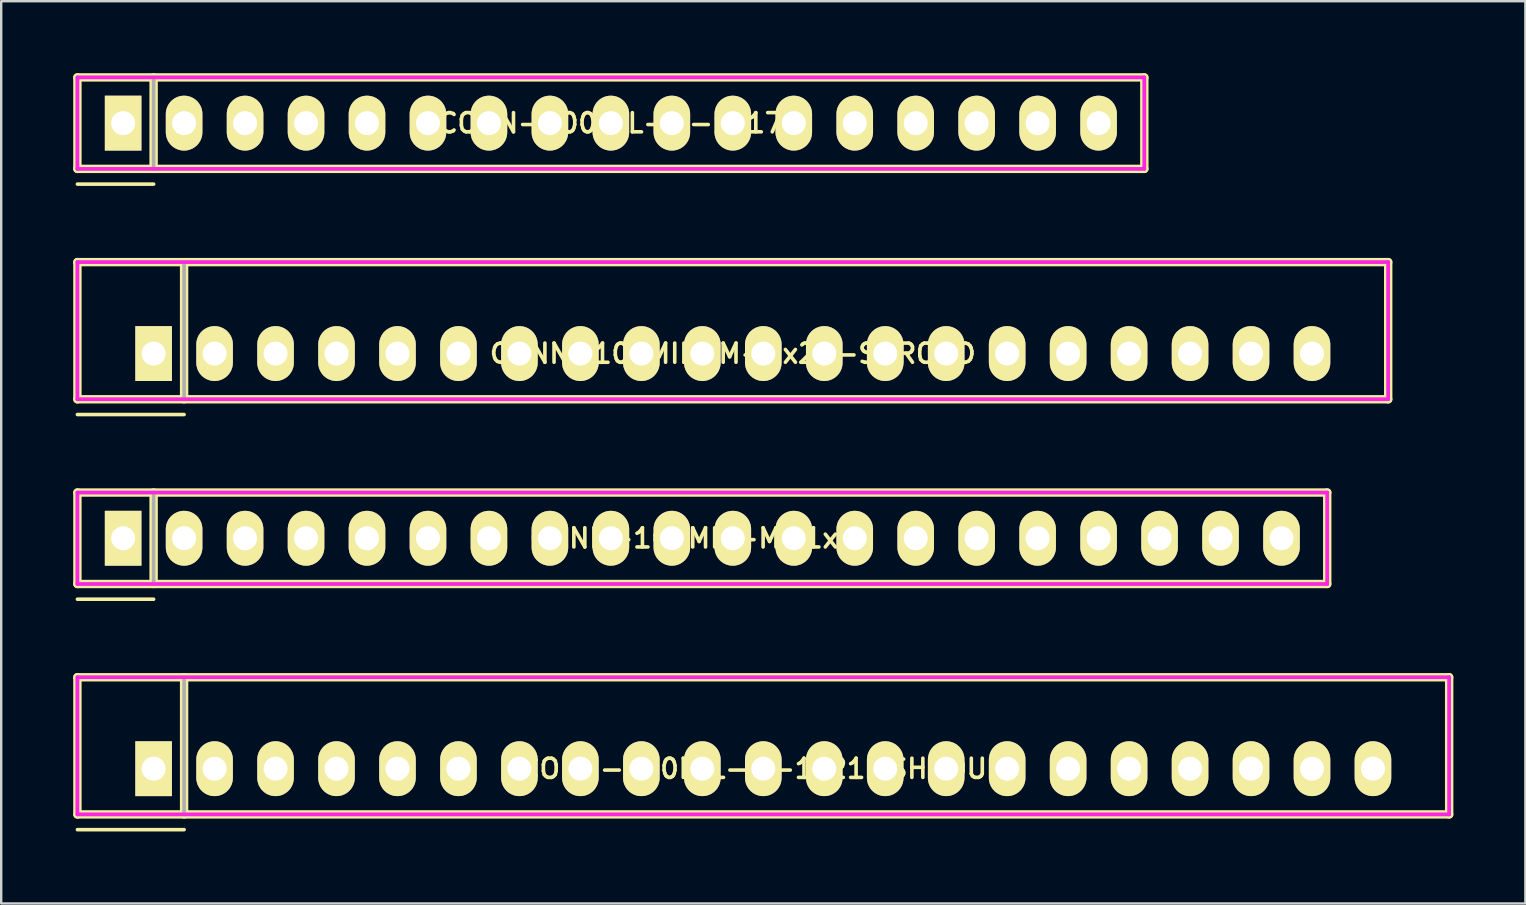
<source format=kicad_pcb>
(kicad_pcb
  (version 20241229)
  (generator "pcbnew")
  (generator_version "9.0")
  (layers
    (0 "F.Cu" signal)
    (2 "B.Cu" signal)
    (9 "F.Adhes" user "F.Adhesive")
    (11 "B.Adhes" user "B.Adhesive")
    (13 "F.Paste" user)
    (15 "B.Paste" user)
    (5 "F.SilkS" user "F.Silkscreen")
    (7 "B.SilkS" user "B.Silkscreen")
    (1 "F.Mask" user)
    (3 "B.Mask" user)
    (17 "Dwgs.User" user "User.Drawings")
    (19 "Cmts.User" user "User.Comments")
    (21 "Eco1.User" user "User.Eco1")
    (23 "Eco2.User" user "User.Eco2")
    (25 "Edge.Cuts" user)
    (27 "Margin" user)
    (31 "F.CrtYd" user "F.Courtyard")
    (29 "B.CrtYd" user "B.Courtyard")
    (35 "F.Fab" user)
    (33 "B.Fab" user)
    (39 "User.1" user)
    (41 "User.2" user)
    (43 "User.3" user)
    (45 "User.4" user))
  (footprint "CONN-100MIL-M-1x17"
    (layer "F.Cu")
    (at 22.4 2.08)
    (property "Reference" "CONN-100MIL-M-1x17" (at 0 0 0) (layer "F.SilkS") (effects (font (size 0.8 0.8) (thickness 0.15))))
    (attr through_hole)
    (fp_line (start -22.225 -1.905) (end 22.225 -1.905) (stroke (width 0.35) (type solid)) (layer "F.SilkS"))
    (fp_line (start -22.225 1.905) (end -22.225 -1.905) (stroke (width 0.35) (type solid)) (layer "F.SilkS"))
    (fp_line (start -22.225 2.54) (end -19.05 2.54) (stroke (width 0.15) (type solid)) (layer "F.SilkS"))
    (fp_line (start -19.05 -1.905) (end -19.05 1.905) (stroke (width 0.35) (type solid)) (layer "F.SilkS"))
    (fp_line (start 22.225 -1.905) (end 22.225 1.905) (stroke (width 0.35) (type solid)) (layer "F.SilkS"))
    (fp_line (start 22.225 1.905) (end -22.225 1.905) (stroke (width 0.35) (type solid)) (layer "F.SilkS"))
    (fp_line (start -22.225 -1.905) (end 22.225 -1.905) (stroke (width 0.15) (type solid)) (layer "F.CrtYd"))
    (fp_line (start -22.225 1.905) (end -22.225 -1.905) (stroke (width 0.15) (type solid)) (layer "F.CrtYd"))
    (fp_line (start 22.225 -1.905) (end 22.225 1.905) (stroke (width 0.15) (type solid)) (layer "F.CrtYd"))
    (fp_line (start 22.225 1.905) (end -22.225 1.905) (stroke (width 0.15) (type solid)) (layer "F.CrtYd"))
    (fp_line (start -22.225 -1.905) (end 22.225 -1.905) (stroke (width 0.15) (type solid)) (layer "F.Fab"))
    (fp_line (start -22.225 1.905) (end -22.225 -1.905) (stroke (width 0.15) (type solid)) (layer "F.Fab"))
    (fp_line (start -19.05 -1.905) (end -19.05 1.905) (stroke (width 0.15) (type solid)) (layer "F.Fab"))
    (fp_line (start 22.225 -1.905) (end 22.225 1.905) (stroke (width 0.15) (type solid)) (layer "F.Fab"))
    (fp_line (start 22.225 1.905) (end -22.225 1.905) (stroke (width 0.15) (type solid)) (layer "F.Fab"))
    (pad "1" thru_hole rect (at -20.32 0) (size 1.524 2.286) (drill 1) (layers "*.Cu" "*.Mask" "F.SilkS"))
    (pad "2" thru_hole oval (at -17.78 0) (size 1.524 2.286) (drill 1) (layers "*.Cu" "*.Mask" "F.SilkS"))
    (pad "3" thru_hole oval (at -15.24 0) (size 1.524 2.286) (drill 1) (layers "*.Cu" "*.Mask" "F.SilkS"))
    (pad "4" thru_hole oval (at -12.7 0) (size 1.524 2.286) (drill 1) (layers "*.Cu" "*.Mask" "F.SilkS"))
    (pad "5" thru_hole oval (at -10.16 0) (size 1.524 2.286) (drill 1) (layers "*.Cu" "*.Mask" "F.SilkS"))
    (pad "6" thru_hole oval (at -7.62 0) (size 1.524 2.286) (drill 1) (layers "*.Cu" "*.Mask" "F.SilkS"))
    (pad "7" thru_hole oval (at -5.08 0) (size 1.524 2.286) (drill 1) (layers "*.Cu" "*.Mask" "F.SilkS"))
    (pad "8" thru_hole oval (at -2.54 0) (size 1.524 2.286) (drill 1) (layers "*.Cu" "*.Mask" "F.SilkS"))
    (pad "9" thru_hole oval (at 0 0) (size 1.524 2.286) (drill 1) (layers "*.Cu" "*.Mask" "F.SilkS"))
    (pad "10" thru_hole oval (at 2.54 0) (size 1.524 2.286) (drill 1) (layers "*.Cu" "*.Mask" "F.SilkS"))
    (pad "11" thru_hole oval (at 5.08 0) (size 1.524 2.286) (drill 1) (layers "*.Cu" "*.Mask" "F.SilkS"))
    (pad "12" thru_hole oval (at 7.62 0) (size 1.524 2.286) (drill 1) (layers "*.Cu" "*.Mask" "F.SilkS"))
    (pad "13" thru_hole oval (at 10.16 0) (size 1.524 2.286) (drill 1) (layers "*.Cu" "*.Mask" "F.SilkS"))
    (pad "14" thru_hole oval (at 12.7 0) (size 1.524 2.286) (drill 1) (layers "*.Cu" "*.Mask" "F.SilkS"))
    (pad "15" thru_hole oval (at 15.24 0) (size 1.524 2.286) (drill 1) (layers "*.Cu" "*.Mask" "F.SilkS"))
    (pad "16" thru_hole oval (at 17.78 0) (size 1.524 2.286) (drill 1) (layers "*.Cu" "*.Mask" "F.SilkS"))
    (pad "17" thru_hole oval (at 20.32 0) (size 1.524 2.286) (drill 1) (layers "*.Cu" "*.Mask" "F.SilkS")))
  (footprint "CONN-100MIL-M-1x21-SHROUD"
    (layer "F.Cu")
    (at 28.75 28.975)
    (property "Reference" "CONN-100MIL-M-1x21-SHROUD" (at 0 0 0) (layer "F.SilkS") (effects (font (size 0.8 0.8) (thickness 0.15))))
    (attr through_hole)
    (fp_line (start -28.575 -3.81) (end 28.575 -3.81) (stroke (width 0.35) (type solid)) (layer "F.SilkS"))
    (fp_line (start -28.575 1.905) (end -28.575 -3.81) (stroke (width 0.35) (type solid)) (layer "F.SilkS"))
    (fp_line (start -28.575 2.54) (end -24.13 2.54) (stroke (width 0.15) (type solid)) (layer "F.SilkS"))
    (fp_line (start -24.13 -3.81) (end -24.13 1.905) (stroke (width 0.35) (type solid)) (layer "F.SilkS"))
    (fp_line (start 28.575 -3.81) (end 28.575 1.905) (stroke (width 0.35) (type solid)) (layer "F.SilkS"))
    (fp_line (start 28.575 1.905) (end -28.575 1.905) (stroke (width 0.35) (type solid)) (layer "F.SilkS"))
    (fp_line (start -28.575 -3.81) (end 28.575 -3.81) (stroke (width 0.15) (type solid)) (layer "F.CrtYd"))
    (fp_line (start -28.575 1.905) (end -28.575 -3.81) (stroke (width 0.15) (type solid)) (layer "F.CrtYd"))
    (fp_line (start 28.575 -3.81) (end 28.575 1.905) (stroke (width 0.15) (type solid)) (layer "F.CrtYd"))
    (fp_line (start 28.575 1.905) (end -28.575 1.905) (stroke (width 0.15) (type solid)) (layer "F.CrtYd"))
    (fp_line (start -28.575 -3.81) (end 28.575 -3.81) (stroke (width 0.15) (type solid)) (layer "F.Fab"))
    (fp_line (start -28.575 1.905) (end -28.575 -3.81) (stroke (width 0.15) (type solid)) (layer "F.Fab"))
    (fp_line (start -24.13 -3.81) (end -24.13 1.905) (stroke (width 0.15) (type solid)) (layer "F.Fab"))
    (fp_line (start 28.575 -3.81) (end 28.575 1.905) (stroke (width 0.15) (type solid)) (layer "F.Fab"))
    (fp_line (start 28.575 1.905) (end -28.575 1.905) (stroke (width 0.15) (type solid)) (layer "F.Fab"))
    (pad "1" thru_hole rect (at -25.4 0) (size 1.524 2.286) (drill 1) (layers "*.Cu" "*.Mask" "F.SilkS"))
    (pad "2" thru_hole oval (at -22.86 0) (size 1.524 2.286) (drill 1) (layers "*.Cu" "*.Mask" "F.SilkS"))
    (pad "3" thru_hole oval (at -20.32 0) (size 1.524 2.286) (drill 1) (layers "*.Cu" "*.Mask" "F.SilkS"))
    (pad "4" thru_hole oval (at -17.78 0) (size 1.524 2.286) (drill 1) (layers "*.Cu" "*.Mask" "F.SilkS"))
    (pad "5" thru_hole oval (at -15.24 0) (size 1.524 2.286) (drill 1) (layers "*.Cu" "*.Mask" "F.SilkS"))
    (pad "6" thru_hole oval (at -12.7 0) (size 1.524 2.286) (drill 1) (layers "*.Cu" "*.Mask" "F.SilkS"))
    (pad "7" thru_hole oval (at -10.16 0) (size 1.524 2.286) (drill 1) (layers "*.Cu" "*.Mask" "F.SilkS"))
    (pad "8" thru_hole oval (at -7.62 0) (size 1.524 2.286) (drill 1) (layers "*.Cu" "*.Mask" "F.SilkS"))
    (pad "9" thru_hole oval (at -5.08 0) (size 1.524 2.286) (drill 1) (layers "*.Cu" "*.Mask" "F.SilkS"))
    (pad "10" thru_hole oval (at -2.54 0) (size 1.524 2.286) (drill 1) (layers "*.Cu" "*.Mask" "F.SilkS"))
    (pad "11" thru_hole oval (at 0 0) (size 1.524 2.286) (drill 1) (layers "*.Cu" "*.Mask" "F.SilkS"))
    (pad "12" thru_hole oval (at 2.54 0) (size 1.524 2.286) (drill 1) (layers "*.Cu" "*.Mask" "F.SilkS"))
    (pad "13" thru_hole oval (at 5.08 0) (size 1.524 2.286) (drill 1) (layers "*.Cu" "*.Mask" "F.SilkS"))
    (pad "14" thru_hole oval (at 7.62 0) (size 1.524 2.286) (drill 1) (layers "*.Cu" "*.Mask" "F.SilkS"))
    (pad "15" thru_hole oval (at 10.16 0) (size 1.524 2.286) (drill 1) (layers "*.Cu" "*.Mask" "F.SilkS"))
    (pad "16" thru_hole oval (at 12.7 0) (size 1.524 2.286) (drill 1) (layers "*.Cu" "*.Mask" "F.SilkS"))
    (pad "17" thru_hole oval (at 15.24 0) (size 1.524 2.286) (drill 1) (layers "*.Cu" "*.Mask" "F.SilkS"))
    (pad "18" thru_hole oval (at 17.78 0) (size 1.524 2.286) (drill 1) (layers "*.Cu" "*.Mask" "F.SilkS"))
    (pad "19" thru_hole oval (at 20.32 0) (size 1.524 2.286) (drill 1) (layers "*.Cu" "*.Mask" "F.SilkS"))
    (pad "20" thru_hole oval (at 22.86 0) (size 1.524 2.286) (drill 1) (layers "*.Cu" "*.Mask" "F.SilkS"))
    (pad "21" thru_hole oval (at 25.4 0) (size 1.524 2.286) (drill 1) (layers "*.Cu" "*.Mask" "F.SilkS")))
  (footprint "CONN-100MIL-M-1x20-SHROUD"
    (layer "F.Cu")
    (at 27.48 11.68)
    (property "Reference" "CONN-100MIL-M-1x20-SHROUD" (at 0 0 0) (layer "F.SilkS") (effects (font (size 0.8 0.8) (thickness 0.15))))
    (attr through_hole)
    (fp_line (start -27.305 -3.81) (end 27.305 -3.81) (stroke (width 0.35) (type solid)) (layer "F.SilkS"))
    (fp_line (start -27.305 1.905) (end -27.305 -3.81) (stroke (width 0.35) (type solid)) (layer "F.SilkS"))
    (fp_line (start -27.305 2.54) (end -22.86 2.54) (stroke (width 0.15) (type solid)) (layer "F.SilkS"))
    (fp_line (start -22.86 -3.81) (end -22.86 1.905) (stroke (width 0.35) (type solid)) (layer "F.SilkS"))
    (fp_line (start 27.305 -3.81) (end 27.305 1.905) (stroke (width 0.35) (type solid)) (layer "F.SilkS"))
    (fp_line (start 27.305 1.905) (end -27.305 1.905) (stroke (width 0.35) (type solid)) (layer "F.SilkS"))
    (fp_line (start -27.305 -3.81) (end 27.305 -3.81) (stroke (width 0.15) (type solid)) (layer "F.CrtYd"))
    (fp_line (start -27.305 1.905) (end -27.305 -3.81) (stroke (width 0.15) (type solid)) (layer "F.CrtYd"))
    (fp_line (start 27.305 -3.81) (end 27.305 1.905) (stroke (width 0.15) (type solid)) (layer "F.CrtYd"))
    (fp_line (start 27.305 1.905) (end -27.305 1.905) (stroke (width 0.15) (type solid)) (layer "F.CrtYd"))
    (fp_line (start -27.305 -3.81) (end 27.305 -3.81) (stroke (width 0.15) (type solid)) (layer "F.Fab"))
    (fp_line (start -27.305 1.905) (end -27.305 -3.81) (stroke (width 0.15) (type solid)) (layer "F.Fab"))
    (fp_line (start -22.86 -3.81) (end -22.86 1.905) (stroke (width 0.15) (type solid)) (layer "F.Fab"))
    (fp_line (start 27.305 -3.81) (end 27.305 1.905) (stroke (width 0.15) (type solid)) (layer "F.Fab"))
    (fp_line (start 27.305 1.905) (end -27.305 1.905) (stroke (width 0.15) (type solid)) (layer "F.Fab"))
    (pad "1" thru_hole rect (at -24.13 0) (size 1.524 2.286) (drill 1) (layers "*.Cu" "*.Mask" "F.SilkS"))
    (pad "2" thru_hole oval (at -21.59 0) (size 1.524 2.286) (drill 1) (layers "*.Cu" "*.Mask" "F.SilkS"))
    (pad "3" thru_hole oval (at -19.05 0) (size 1.524 2.286) (drill 1) (layers "*.Cu" "*.Mask" "F.SilkS"))
    (pad "4" thru_hole oval (at -16.51 0) (size 1.524 2.286) (drill 1) (layers "*.Cu" "*.Mask" "F.SilkS"))
    (pad "5" thru_hole oval (at -13.97 0) (size 1.524 2.286) (drill 1) (layers "*.Cu" "*.Mask" "F.SilkS"))
    (pad "6" thru_hole oval (at -11.43 0) (size 1.524 2.286) (drill 1) (layers "*.Cu" "*.Mask" "F.SilkS"))
    (pad "7" thru_hole oval (at -8.89 0) (size 1.524 2.286) (drill 1) (layers "*.Cu" "*.Mask" "F.SilkS"))
    (pad "8" thru_hole oval (at -6.35 0) (size 1.524 2.286) (drill 1) (layers "*.Cu" "*.Mask" "F.SilkS"))
    (pad "9" thru_hole oval (at -3.81 0) (size 1.524 2.286) (drill 1) (layers "*.Cu" "*.Mask" "F.SilkS"))
    (pad "10" thru_hole oval (at -1.27 0) (size 1.524 2.286) (drill 1) (layers "*.Cu" "*.Mask" "F.SilkS"))
    (pad "11" thru_hole oval (at 1.27 0) (size 1.524 2.286) (drill 1) (layers "*.Cu" "*.Mask" "F.SilkS"))
    (pad "12" thru_hole oval (at 3.81 0) (size 1.524 2.286) (drill 1) (layers "*.Cu" "*.Mask" "F.SilkS"))
    (pad "13" thru_hole oval (at 6.35 0) (size 1.524 2.286) (drill 1) (layers "*.Cu" "*.Mask" "F.SilkS"))
    (pad "14" thru_hole oval (at 8.89 0) (size 1.524 2.286) (drill 1) (layers "*.Cu" "*.Mask" "F.SilkS"))
    (pad "15" thru_hole oval (at 11.43 0) (size 1.524 2.286) (drill 1) (layers "*.Cu" "*.Mask" "F.SilkS"))
    (pad "16" thru_hole oval (at 13.97 0) (size 1.524 2.286) (drill 1) (layers "*.Cu" "*.Mask" "F.SilkS"))
    (pad "17" thru_hole oval (at 16.51 0) (size 1.524 2.286) (drill 1) (layers "*.Cu" "*.Mask" "F.SilkS"))
    (pad "18" thru_hole oval (at 19.05 0) (size 1.524 2.286) (drill 1) (layers "*.Cu" "*.Mask" "F.SilkS"))
    (pad "19" thru_hole oval (at 21.59 0) (size 1.524 2.286) (drill 1) (layers "*.Cu" "*.Mask" "F.SilkS"))
    (pad "20" thru_hole oval (at 24.13 0) (size 1.524 2.286) (drill 1) (layers "*.Cu" "*.Mask" "F.SilkS")))
  (footprint "CONN-100MIL-M-1x20"
    (layer "F.Cu")
    (at 26.21 19.375)
    (property "Reference" "CONN-100MIL-M-1x20" (at 0 0 0) (layer "F.SilkS") (effects (font (size 0.8 0.8) (thickness 0.15))))
    (attr through_hole)
    (fp_line (start -26.035 -1.905) (end 26.035 -1.905) (stroke (width 0.35) (type solid)) (layer "F.SilkS"))
    (fp_line (start -26.035 1.905) (end -26.035 -1.905) (stroke (width 0.35) (type solid)) (layer "F.SilkS"))
    (fp_line (start -26.035 2.54) (end -22.86 2.54) (stroke (width 0.15) (type solid)) (layer "F.SilkS"))
    (fp_line (start -22.86 -1.905) (end -22.86 1.905) (stroke (width 0.35) (type solid)) (layer "F.SilkS"))
    (fp_line (start 26.035 -1.905) (end 26.035 1.905) (stroke (width 0.35) (type solid)) (layer "F.SilkS"))
    (fp_line (start 26.035 1.905) (end -26.035 1.905) (stroke (width 0.35) (type solid)) (layer "F.SilkS"))
    (fp_line (start -26.035 -1.905) (end 26.035 -1.905) (stroke (width 0.15) (type solid)) (layer "F.CrtYd"))
    (fp_line (start -26.035 1.905) (end -26.035 -1.905) (stroke (width 0.15) (type solid)) (layer "F.CrtYd"))
    (fp_line (start 26.035 -1.905) (end 26.035 1.905) (stroke (width 0.15) (type solid)) (layer "F.CrtYd"))
    (fp_line (start 26.035 1.905) (end -26.035 1.905) (stroke (width 0.15) (type solid)) (layer "F.CrtYd"))
    (fp_line (start -26.035 -1.905) (end 26.035 -1.905) (stroke (width 0.15) (type solid)) (layer "F.Fab"))
    (fp_line (start -26.035 1.905) (end -26.035 -1.905) (stroke (width 0.15) (type solid)) (layer "F.Fab"))
    (fp_line (start -22.86 -1.905) (end -22.86 1.905) (stroke (width 0.15) (type solid)) (layer "F.Fab"))
    (fp_line (start 26.035 -1.905) (end 26.035 1.905) (stroke (width 0.15) (type solid)) (layer "F.Fab"))
    (fp_line (start 26.035 1.905) (end -26.035 1.905) (stroke (width 0.15) (type solid)) (layer "F.Fab"))
    (pad "1" thru_hole rect (at -24.13 0) (size 1.524 2.286) (drill 1) (layers "*.Cu" "*.Mask" "F.SilkS"))
    (pad "2" thru_hole oval (at -21.59 0) (size 1.524 2.286) (drill 1) (layers "*.Cu" "*.Mask" "F.SilkS"))
    (pad "3" thru_hole oval (at -19.05 0) (size 1.524 2.286) (drill 1) (layers "*.Cu" "*.Mask" "F.SilkS"))
    (pad "4" thru_hole oval (at -16.51 0) (size 1.524 2.286) (drill 1) (layers "*.Cu" "*.Mask" "F.SilkS"))
    (pad "5" thru_hole oval (at -13.97 0) (size 1.524 2.286) (drill 1) (layers "*.Cu" "*.Mask" "F.SilkS"))
    (pad "6" thru_hole oval (at -11.43 0) (size 1.524 2.286) (drill 1) (layers "*.Cu" "*.Mask" "F.SilkS"))
    (pad "7" thru_hole oval (at -8.89 0) (size 1.524 2.286) (drill 1) (layers "*.Cu" "*.Mask" "F.SilkS"))
    (pad "8" thru_hole oval (at -6.35 0) (size 1.524 2.286) (drill 1) (layers "*.Cu" "*.Mask" "F.SilkS"))
    (pad "9" thru_hole oval (at -3.81 0) (size 1.524 2.286) (drill 1) (layers "*.Cu" "*.Mask" "F.SilkS"))
    (pad "10" thru_hole oval (at -1.27 0) (size 1.524 2.286) (drill 1) (layers "*.Cu" "*.Mask" "F.SilkS"))
    (pad "11" thru_hole oval (at 1.27 0) (size 1.524 2.286) (drill 1) (layers "*.Cu" "*.Mask" "F.SilkS"))
    (pad "12" thru_hole oval (at 3.81 0) (size 1.524 2.286) (drill 1) (layers "*.Cu" "*.Mask" "F.SilkS"))
    (pad "13" thru_hole oval (at 6.35 0) (size 1.524 2.286) (drill 1) (layers "*.Cu" "*.Mask" "F.SilkS"))
    (pad "14" thru_hole oval (at 8.89 0) (size 1.524 2.286) (drill 1) (layers "*.Cu" "*.Mask" "F.SilkS"))
    (pad "15" thru_hole oval (at 11.43 0) (size 1.524 2.286) (drill 1) (layers "*.Cu" "*.Mask" "F.SilkS"))
    (pad "16" thru_hole oval (at 13.97 0) (size 1.524 2.286) (drill 1) (layers "*.Cu" "*.Mask" "F.SilkS"))
    (pad "17" thru_hole oval (at 16.51 0) (size 1.524 2.286) (drill 1) (layers "*.Cu" "*.Mask" "F.SilkS"))
    (pad "18" thru_hole oval (at 19.05 0) (size 1.524 2.286) (drill 1) (layers "*.Cu" "*.Mask" "F.SilkS"))
    (pad "19" thru_hole oval (at 21.59 0) (size 1.524 2.286) (drill 1) (layers "*.Cu" "*.Mask" "F.SilkS"))
    (pad "20" thru_hole oval (at 24.13 0) (size 1.524 2.286) (drill 1) (layers "*.Cu" "*.Mask" "F.SilkS")))
  (gr_rect
    (start -3 -3)
    (end 60.5 34.59)
    (stroke (width 0.1) (type default))
    (fill no)
    (layer "Edge.Cuts")))
</source>
